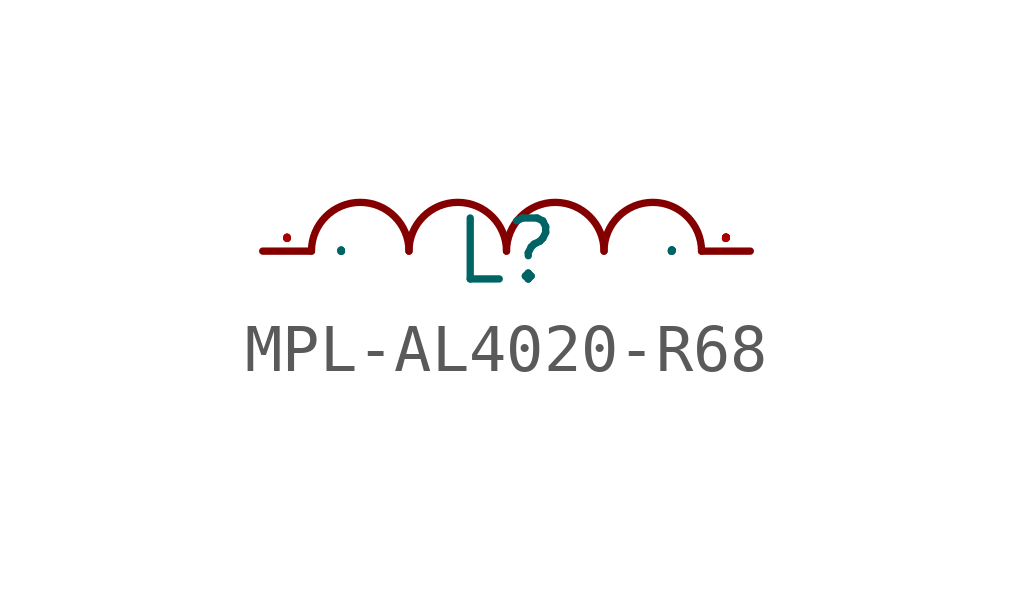
<source format=kicad_sym>
(kicad_symbol_lib
  (version 20241209)
  (generator "kicad_symbol_editor")
  (generator_version "9.0")
  (symbol "MPL-AL4020-R68"
    (property "Reference" "L"
      (at 0 0 0)
      (effects (font (size 1.27 1.27))))
    (symbol "MPL-AL4020-R68_1_0"
      (arc (start -4.064 0) (mid -3.0226 1.016) (end -2.032 0) (stroke (width 0) (type default)) (fill (type none)))
      (arc (start -2.032 0) (mid -0.9906 1.016) (end 0 0) (stroke (width 0) (type default)) (fill (type none)))
      (arc (start 0 0) (mid 1.016 1.016) (end 2.032 0) (stroke (width 0) (type default)) (fill (type none)))
      (arc (start 2.032 0) (mid 3.048 1.016) (end 4.064 0) (stroke (width 0) (type default)) (fill (type none)))
      (pin unspecified line (at -5.08 0 0) (length 1.016) (name "1" (effects (font (size 0.025 0.025)))) (number "1" (effects (font (size 0.025 0.025)))))
      (pin unspecified line (at 5.08 0 180) (length 1.016) (name "2" (effects (font (size 0.025 0.025)))) (number "2" (effects (font (size 0.025 0.025))))))))
</source>
